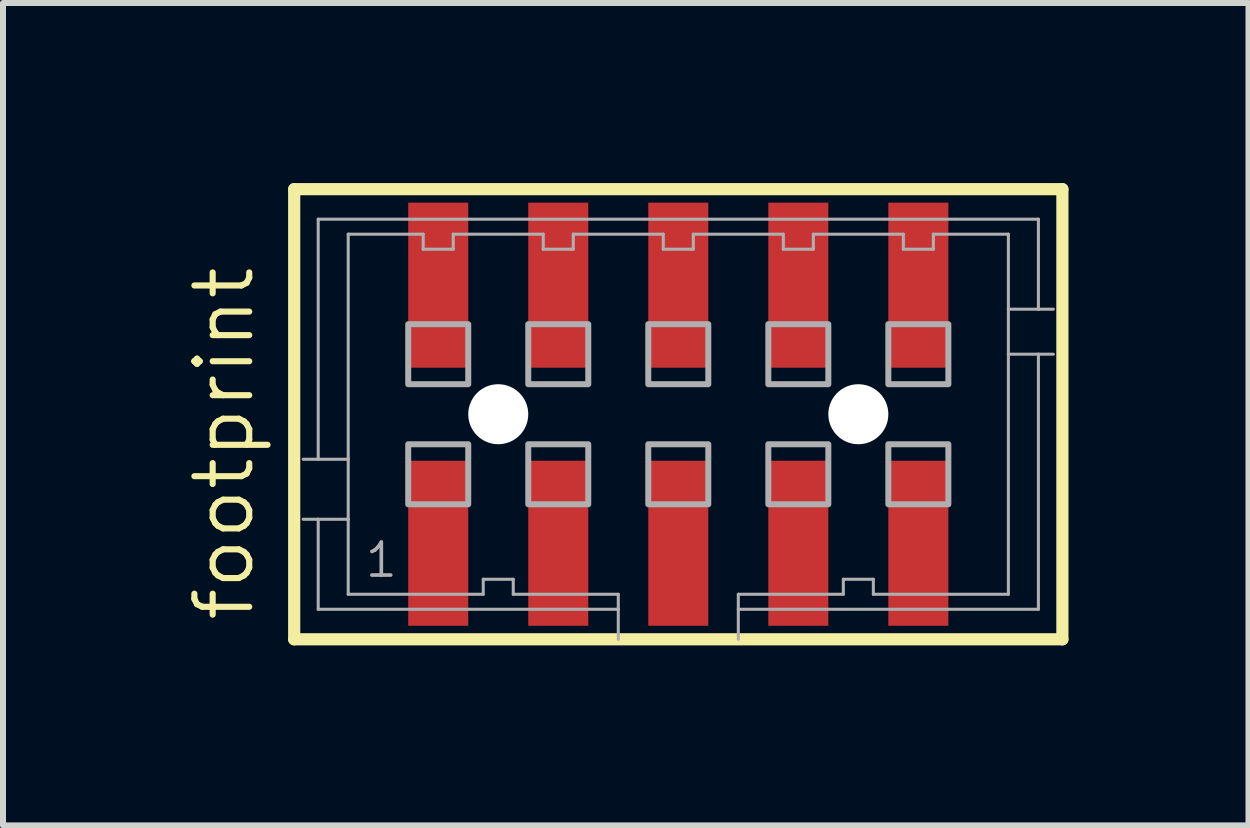
<source format=kicad_pcb>
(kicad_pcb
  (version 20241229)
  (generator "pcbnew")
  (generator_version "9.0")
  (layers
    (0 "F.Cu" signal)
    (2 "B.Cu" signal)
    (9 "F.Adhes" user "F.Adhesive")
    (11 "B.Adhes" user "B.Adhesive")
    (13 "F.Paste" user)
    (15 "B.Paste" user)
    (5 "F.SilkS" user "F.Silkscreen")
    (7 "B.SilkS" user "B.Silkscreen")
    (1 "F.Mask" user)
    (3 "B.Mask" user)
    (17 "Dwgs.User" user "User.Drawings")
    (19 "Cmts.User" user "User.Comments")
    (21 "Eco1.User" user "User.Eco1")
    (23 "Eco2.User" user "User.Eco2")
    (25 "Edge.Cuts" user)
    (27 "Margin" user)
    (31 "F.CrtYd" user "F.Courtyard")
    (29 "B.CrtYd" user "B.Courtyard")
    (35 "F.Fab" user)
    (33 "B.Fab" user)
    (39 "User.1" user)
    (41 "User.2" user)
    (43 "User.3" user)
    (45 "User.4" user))
  (footprint "footprint"
    (layer "F.Cu")
    (at 8.252 3.852)
    (property "Reference" "footprint" (at -7.032 3.493 90) (layer "F.SilkS") (effects (font (size 0.914 0.914) (thickness 0.102)) (justify left bottom)))
    (fp_line (start -6.4 -3.75) (end 6.4 -3.75) (stroke (width 0.203) (type solid)) (layer "F.SilkS"))
    (fp_line (start -6.4 3.75) (end -6.4 -3.75) (stroke (width 0.203) (type solid)) (layer "F.SilkS"))
    (fp_line (start 6.4 -3.75) (end 6.4 3.75) (stroke (width 0.203) (type solid)) (layer "F.SilkS"))
    (fp_line (start 6.4 3.75) (end -6.4 3.75) (stroke (width 0.203) (type solid)) (layer "F.SilkS"))
    (fp_line (start -6 -3.25) (end 6 -3.25) (stroke (width 0.051) (type solid)) (layer "F.Fab"))
    (fp_line (start -6 0.75) (end -6.25 0.75) (stroke (width 0.051) (type solid)) (layer "F.Fab"))
    (fp_line (start -6 0.75) (end -6 -3.25) (stroke (width 0.051) (type solid)) (layer "F.Fab"))
    (fp_line (start -6 1.75) (end -6.25 1.75) (stroke (width 0.051) (type solid)) (layer "F.Fab"))
    (fp_line (start -6 3.25) (end -6 1.75) (stroke (width 0.051) (type solid)) (layer "F.Fab"))
    (fp_line (start -5.5 -3) (end -5.5 0.75) (stroke (width 0.051) (type solid)) (layer "F.Fab"))
    (fp_line (start -5.5 0.75) (end -6 0.75) (stroke (width 0.051) (type solid)) (layer "F.Fab"))
    (fp_line (start -5.5 0.75) (end -5.5 1.75) (stroke (width 0.051) (type solid)) (layer "F.Fab"))
    (fp_line (start -5.5 1.75) (end -6 1.75) (stroke (width 0.051) (type solid)) (layer "F.Fab"))
    (fp_line (start -5.5 1.75) (end -5.5 3) (stroke (width 0.051) (type solid)) (layer "F.Fab"))
    (fp_line (start -5.5 3) (end -3.25 3) (stroke (width 0.051) (type solid)) (layer "F.Fab"))
    (fp_line (start -4.25 -3) (end -5.5 -3) (stroke (width 0.051) (type solid)) (layer "F.Fab"))
    (fp_line (start -4.25 -2.75) (end -4.25 -3) (stroke (width 0.051) (type solid)) (layer "F.Fab"))
    (fp_line (start -3.75 -3) (end -3.75 -2.75) (stroke (width 0.051) (type solid)) (layer "F.Fab"))
    (fp_line (start -3.75 -2.75) (end -4.25 -2.75) (stroke (width 0.051) (type solid)) (layer "F.Fab"))
    (fp_line (start -3.25 2.75) (end -2.75 2.75) (stroke (width 0.051) (type solid)) (layer "F.Fab"))
    (fp_line (start -3.25 3) (end -3.25 2.75) (stroke (width 0.051) (type solid)) (layer "F.Fab"))
    (fp_line (start -2.75 2.75) (end -2.75 3) (stroke (width 0.051) (type solid)) (layer "F.Fab"))
    (fp_line (start -2.75 3) (end -1 3) (stroke (width 0.051) (type solid)) (layer "F.Fab"))
    (fp_line (start -2.25 -3) (end -3.75 -3) (stroke (width 0.051) (type solid)) (layer "F.Fab"))
    (fp_line (start -2.25 -2.75) (end -2.25 -3) (stroke (width 0.051) (type solid)) (layer "F.Fab"))
    (fp_line (start -1.75 -3) (end -1.75 -2.75) (stroke (width 0.051) (type solid)) (layer "F.Fab"))
    (fp_line (start -1.75 -2.75) (end -2.25 -2.75) (stroke (width 0.051) (type solid)) (layer "F.Fab"))
    (fp_line (start -1 3) (end -1 3.25) (stroke (width 0.051) (type solid)) (layer "F.Fab"))
    (fp_line (start -1 3.25) (end -6 3.25) (stroke (width 0.051) (type solid)) (layer "F.Fab"))
    (fp_line (start -1 3.25) (end -1 3.75) (stroke (width 0.051) (type solid)) (layer "F.Fab"))
    (fp_line (start -0.25 -3) (end -1.75 -3) (stroke (width 0.051) (type solid)) (layer "F.Fab"))
    (fp_line (start -0.25 -2.75) (end -0.25 -3) (stroke (width 0.051) (type solid)) (layer "F.Fab"))
    (fp_line (start 0.25 -3) (end 0.25 -2.75) (stroke (width 0.051) (type solid)) (layer "F.Fab"))
    (fp_line (start 0.25 -2.75) (end -0.25 -2.75) (stroke (width 0.051) (type solid)) (layer "F.Fab"))
    (fp_line (start 1 3) (end 2.75 3) (stroke (width 0.051) (type solid)) (layer "F.Fab"))
    (fp_line (start 1 3.25) (end 1 3) (stroke (width 0.051) (type solid)) (layer "F.Fab"))
    (fp_line (start 1 3.75) (end 1 3.25) (stroke (width 0.051) (type solid)) (layer "F.Fab"))
    (fp_line (start 1.75 -3) (end 0.25 -3) (stroke (width 0.051) (type solid)) (layer "F.Fab"))
    (fp_line (start 1.75 -2.75) (end 1.75 -3) (stroke (width 0.051) (type solid)) (layer "F.Fab"))
    (fp_line (start 2.25 -3) (end 2.25 -2.75) (stroke (width 0.051) (type solid)) (layer "F.Fab"))
    (fp_line (start 2.25 -2.75) (end 1.75 -2.75) (stroke (width 0.051) (type solid)) (layer "F.Fab"))
    (fp_line (start 2.75 2.75) (end 3.25 2.75) (stroke (width 0.051) (type solid)) (layer "F.Fab"))
    (fp_line (start 2.75 3) (end 2.75 2.75) (stroke (width 0.051) (type solid)) (layer "F.Fab"))
    (fp_line (start 3.25 2.75) (end 3.25 3) (stroke (width 0.051) (type solid)) (layer "F.Fab"))
    (fp_line (start 3.25 3) (end 5.5 3) (stroke (width 0.051) (type solid)) (layer "F.Fab"))
    (fp_line (start 3.75 -3) (end 2.25 -3) (stroke (width 0.051) (type solid)) (layer "F.Fab"))
    (fp_line (start 3.75 -2.75) (end 3.75 -3) (stroke (width 0.051) (type solid)) (layer "F.Fab"))
    (fp_line (start 4.25 -3) (end 4.25 -2.75) (stroke (width 0.051) (type solid)) (layer "F.Fab"))
    (fp_line (start 4.25 -2.75) (end 3.75 -2.75) (stroke (width 0.051) (type solid)) (layer "F.Fab"))
    (fp_line (start 5.5 -3) (end 4.25 -3) (stroke (width 0.051) (type solid)) (layer "F.Fab"))
    (fp_line (start 5.5 -1.75) (end 5.5 -3) (stroke (width 0.051) (type solid)) (layer "F.Fab"))
    (fp_line (start 5.5 -1.75) (end 6 -1.75) (stroke (width 0.051) (type solid)) (layer "F.Fab"))
    (fp_line (start 5.5 -1) (end 5.5 -1.75) (stroke (width 0.051) (type solid)) (layer "F.Fab"))
    (fp_line (start 5.5 -1) (end 6 -1) (stroke (width 0.051) (type solid)) (layer "F.Fab"))
    (fp_line (start 5.5 3) (end 5.5 -1) (stroke (width 0.051) (type solid)) (layer "F.Fab"))
    (fp_line (start 6 -3.25) (end 6 -1.75) (stroke (width 0.051) (type solid)) (layer "F.Fab"))
    (fp_line (start 6 -1.75) (end 6.25 -1.75) (stroke (width 0.051) (type solid)) (layer "F.Fab"))
    (fp_line (start 6 -1) (end 6 3.25) (stroke (width 0.051) (type solid)) (layer "F.Fab"))
    (fp_line (start 6 -1) (end 6.25 -1) (stroke (width 0.051) (type solid)) (layer "F.Fab"))
    (fp_line (start 6 3.25) (end 1 3.25) (stroke (width 0.051) (type solid)) (layer "F.Fab"))
    (fp_poly (pts (xy -4.5 -0.5) (xy -3.5 -0.5) (xy -3.5 -1.5) (xy -4.5 -1.5)) (stroke (width 0.1) (type solid)) (fill no) (layer "F.Fab"))
    (fp_poly (pts (xy -4.5 1.5) (xy -3.5 1.5) (xy -3.5 0.5) (xy -4.5 0.5)) (stroke (width 0.1) (type solid)) (fill no) (layer "F.Fab"))
    (fp_poly (pts (xy -2.5 -0.5) (xy -1.5 -0.5) (xy -1.5 -1.5) (xy -2.5 -1.5)) (stroke (width 0.1) (type solid)) (fill no) (layer "F.Fab"))
    (fp_poly (pts (xy -2.5 1.5) (xy -1.5 1.5) (xy -1.5 0.5) (xy -2.5 0.5)) (stroke (width 0.1) (type solid)) (fill no) (layer "F.Fab"))
    (fp_poly (pts (xy -0.5 -0.5) (xy 0.5 -0.5) (xy 0.5 -1.5) (xy -0.5 -1.5)) (stroke (width 0.1) (type solid)) (fill no) (layer "F.Fab"))
    (fp_poly (pts (xy -0.5 1.5) (xy 0.5 1.5) (xy 0.5 0.5) (xy -0.5 0.5)) (stroke (width 0.1) (type solid)) (fill no) (layer "F.Fab"))
    (fp_poly (pts (xy 1.5 -0.5) (xy 2.5 -0.5) (xy 2.5 -1.5) (xy 1.5 -1.5)) (stroke (width 0.1) (type solid)) (fill no) (layer "F.Fab"))
    (fp_poly (pts (xy 1.5 1.5) (xy 2.5 1.5) (xy 2.5 0.5) (xy 1.5 0.5)) (stroke (width 0.1) (type solid)) (fill no) (layer "F.Fab"))
    (fp_poly (pts (xy 3.5 -0.5) (xy 4.5 -0.5) (xy 4.5 -1.5) (xy 3.5 -1.5)) (stroke (width 0.1) (type solid)) (fill no) (layer "F.Fab"))
    (fp_poly (pts (xy 3.5 1.5) (xy 4.5 1.5) (xy 4.5 0.5) (xy 3.5 0.5)) (stroke (width 0.1) (type solid)) (fill no) (layer "F.Fab"))
    (fp_text user "1" (at -5.25 2.75 0) (layer "F.Fab") (effects (font (size 0.549 0.549) (thickness 0.061)) (justify left bottom)))
    (pad "" np_thru_hole circle (at -3 0) (size 1 1) (drill 1) (layers "*.Cu" "*.Mask"))
    (pad "" np_thru_hole circle (at 3 0) (size 1 1) (drill 1) (layers "*.Cu" "*.Mask"))
    (pad "1" smd rect (at -4 2.15) (size 1 2.75) (layers "F.Cu" "F.Mask" "F.Paste"))
    (pad "2" smd rect (at -4 -2.15) (size 1 2.75) (layers "F.Cu" "F.Mask" "F.Paste"))
    (pad "3" smd rect (at -2 2.15) (size 1 2.75) (layers "F.Cu" "F.Mask" "F.Paste"))
    (pad "4" smd rect (at -2 -2.15) (size 1 2.75) (layers "F.Cu" "F.Mask" "F.Paste"))
    (pad "5" smd rect (at 0 2.15) (size 1 2.75) (layers "F.Cu" "F.Mask" "F.Paste"))
    (pad "6" smd rect (at 0 -2.15) (size 1 2.75) (layers "F.Cu" "F.Mask" "F.Paste"))
    (pad "7" smd rect (at 2 2.15) (size 1 2.75) (layers "F.Cu" "F.Mask" "F.Paste"))
    (pad "8" smd rect (at 2 -2.15) (size 1 2.75) (layers "F.Cu" "F.Mask" "F.Paste"))
    (pad "9" smd rect (at 4 2.15 180) (size 1 2.75) (layers "F.Cu" "F.Mask" "F.Paste"))
    (pad "10" smd rect (at 4 -2.15 180) (size 1 2.75) (layers "F.Cu" "F.Mask" "F.Paste")))
  (gr_rect
    (start -3 -3)
    (end 17.753 10.703)
    (stroke (width 0.1) (type default))
    (fill no)
    (layer "Edge.Cuts")))
</source>
